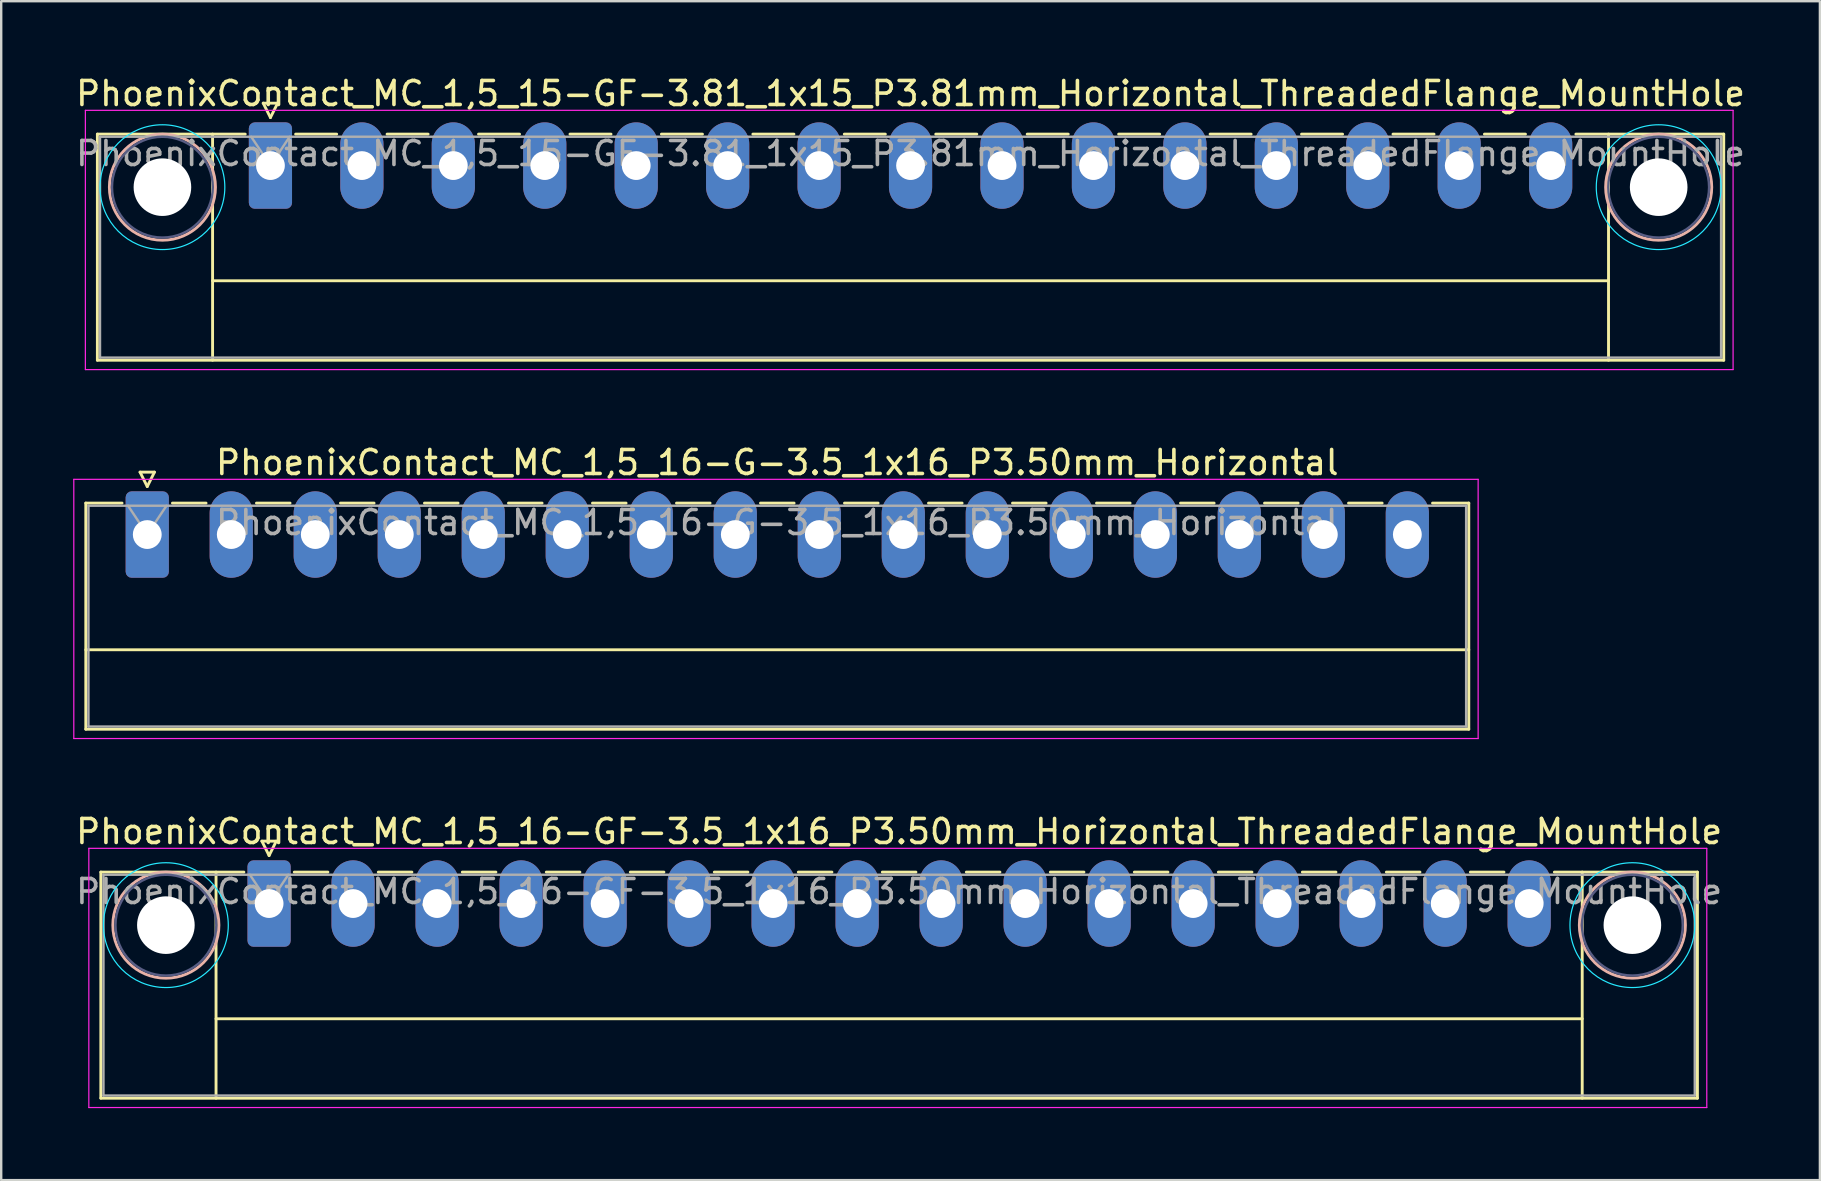
<source format=kicad_pcb>
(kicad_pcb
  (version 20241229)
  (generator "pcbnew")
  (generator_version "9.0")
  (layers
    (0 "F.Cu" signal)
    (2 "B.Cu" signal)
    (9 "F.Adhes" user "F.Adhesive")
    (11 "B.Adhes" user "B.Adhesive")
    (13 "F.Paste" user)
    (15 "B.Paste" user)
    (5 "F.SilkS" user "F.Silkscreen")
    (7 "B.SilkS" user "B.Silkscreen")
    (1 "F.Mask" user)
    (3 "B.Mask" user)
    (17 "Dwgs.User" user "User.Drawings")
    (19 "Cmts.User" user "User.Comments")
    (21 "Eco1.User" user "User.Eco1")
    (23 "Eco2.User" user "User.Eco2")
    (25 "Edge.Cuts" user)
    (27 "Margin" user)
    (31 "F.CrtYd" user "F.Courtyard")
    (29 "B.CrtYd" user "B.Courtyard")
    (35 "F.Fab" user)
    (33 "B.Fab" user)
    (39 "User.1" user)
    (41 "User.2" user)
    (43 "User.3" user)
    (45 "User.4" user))
  (footprint "PhoenixContact_MC_1,5_15-GF-3.81_1x15_P3.81mm_Horizontal_ThreadedFlange_MountHole"
    (layer "F.Cu")
    (at 8.217 3.848)
    (property "Reference" "PhoenixContact_MC_1,5_15-GF-3.81_1x15_P3.81mm_Horizontal_ThreadedFlange_MountHole" (at 26.67 -3 0) (layer "F.SilkS") (effects (font (size 1 1) (thickness 0.15))))
    (attr through_hole)
    (fp_line (start -7.21 -1.31) (end -7.21 8.11) (stroke (width 0.12) (type solid)) (layer "F.SilkS"))
    (fp_line (start -7.21 -1.31) (end -1.05 -1.31) (stroke (width 0.12) (type solid)) (layer "F.SilkS"))
    (fp_line (start -7.21 8.11) (end 60.55 8.11) (stroke (width 0.12) (type solid)) (layer "F.SilkS"))
    (fp_line (start -2.41 -1.31) (end -2.41 8.11) (stroke (width 0.12) (type solid)) (layer "F.SilkS"))
    (fp_line (start -2.41 4.8) (end 55.75 4.8) (stroke (width 0.12) (type solid)) (layer "F.SilkS"))
    (fp_line (start -0.3 -2.6) (end 0.3 -2.6) (stroke (width 0.12) (type solid)) (layer "F.SilkS"))
    (fp_line (start 0 -2) (end -0.3 -2.6) (stroke (width 0.12) (type solid)) (layer "F.SilkS"))
    (fp_line (start 0.3 -2.6) (end 0 -2) (stroke (width 0.12) (type solid)) (layer "F.SilkS"))
    (fp_line (start 1.05 -1.31) (end 2.76 -1.31) (stroke (width 0.12) (type solid)) (layer "F.SilkS"))
    (fp_line (start 4.86 -1.31) (end 6.57 -1.31) (stroke (width 0.12) (type solid)) (layer "F.SilkS"))
    (fp_line (start 8.67 -1.31) (end 10.38 -1.31) (stroke (width 0.12) (type solid)) (layer "F.SilkS"))
    (fp_line (start 12.48 -1.31) (end 14.19 -1.31) (stroke (width 0.12) (type solid)) (layer "F.SilkS"))
    (fp_line (start 16.29 -1.31) (end 18 -1.31) (stroke (width 0.12) (type solid)) (layer "F.SilkS"))
    (fp_line (start 20.1 -1.31) (end 21.81 -1.31) (stroke (width 0.12) (type solid)) (layer "F.SilkS"))
    (fp_line (start 23.91 -1.31) (end 25.62 -1.31) (stroke (width 0.12) (type solid)) (layer "F.SilkS"))
    (fp_line (start 27.72 -1.31) (end 29.43 -1.31) (stroke (width 0.12) (type solid)) (layer "F.SilkS"))
    (fp_line (start 31.53 -1.31) (end 33.24 -1.31) (stroke (width 0.12) (type solid)) (layer "F.SilkS"))
    (fp_line (start 35.34 -1.31) (end 37.05 -1.31) (stroke (width 0.12) (type solid)) (layer "F.SilkS"))
    (fp_line (start 39.15 -1.31) (end 40.86 -1.31) (stroke (width 0.12) (type solid)) (layer "F.SilkS"))
    (fp_line (start 42.96 -1.31) (end 44.67 -1.31) (stroke (width 0.12) (type solid)) (layer "F.SilkS"))
    (fp_line (start 46.77 -1.31) (end 48.48 -1.31) (stroke (width 0.12) (type solid)) (layer "F.SilkS"))
    (fp_line (start 50.58 -1.31) (end 52.29 -1.31) (stroke (width 0.12) (type solid)) (layer "F.SilkS"))
    (fp_line (start 55.75 -1.31) (end 55.75 8.11) (stroke (width 0.12) (type solid)) (layer "F.SilkS"))
    (fp_line (start 60.55 -1.31) (end 54.39 -1.31) (stroke (width 0.12) (type solid)) (layer "F.SilkS"))
    (fp_line (start 60.55 8.11) (end 60.55 -1.31) (stroke (width 0.12) (type solid)) (layer "F.SilkS"))
    (fp_circle (center -4.5 0.9) (end -2.29 0.9) (stroke (width 0.12) (type solid)) (fill no) (layer "B.SilkS"))
    (fp_circle (center 57.84 0.9) (end 60.05 0.9) (stroke (width 0.12) (type solid)) (fill no) (layer "B.SilkS"))
    (fp_circle (center -4.5 0.9) (end -1.9 0.9) (stroke (width 0.05) (type solid)) (fill no) (layer "B.CrtYd"))
    (fp_circle (center 57.84 0.9) (end 60.44 0.9) (stroke (width 0.05) (type solid)) (fill no) (layer "B.CrtYd"))
    (fp_line (start -7.71 -2.3) (end -7.71 8.5) (stroke (width 0.05) (type solid)) (layer "F.CrtYd"))
    (fp_line (start -7.71 8.5) (end 60.94 8.5) (stroke (width 0.05) (type solid)) (layer "F.CrtYd"))
    (fp_line (start 60.94 -2.3) (end -7.71 -2.3) (stroke (width 0.05) (type solid)) (layer "F.CrtYd"))
    (fp_line (start 60.94 8.5) (end 60.94 -2.3) (stroke (width 0.05) (type solid)) (layer "F.CrtYd"))
    (fp_circle (center -4.5 0.9) (end -2.4 0.9) (stroke (width 0.1) (type solid)) (fill no) (layer "B.Fab"))
    (fp_circle (center 57.84 0.9) (end 59.94 0.9) (stroke (width 0.1) (type solid)) (fill no) (layer "B.Fab"))
    (fp_line (start -7.1 -1.2) (end -7.1 8) (stroke (width 0.1) (type solid)) (layer "F.Fab"))
    (fp_line (start -7.1 8) (end 60.44 8) (stroke (width 0.1) (type solid)) (layer "F.Fab"))
    (fp_line (start 0 0) (end -0.8 -1.2) (stroke (width 0.1) (type solid)) (layer "F.Fab"))
    (fp_line (start 0.8 -1.2) (end 0 0) (stroke (width 0.1) (type solid)) (layer "F.Fab"))
    (fp_line (start 60.44 -1.2) (end -7.1 -1.2) (stroke (width 0.1) (type solid)) (layer "F.Fab"))
    (fp_line (start 60.44 8) (end 60.44 -1.2) (stroke (width 0.1) (type solid)) (layer "F.Fab"))
    (fp_text user "${REFERENCE}" (at 26.67 -0.5 0) (layer "F.Fab") (effects (font (size 1 1) (thickness 0.15))))
    (pad "" np_thru_hole circle (at -4.5 0.9) (size 2.4 2.4) (drill 2.4) (layers "*.Cu" "*.Mask"))
    (pad "" np_thru_hole circle (at 57.84 0.9) (size 2.4 2.4) (drill 2.4) (layers "*.Cu" "*.Mask"))
    (pad "1" thru_hole roundrect (at 0 0) (size 1.8 3.6) (drill 1.2) (layers "*.Cu" "*.Mask") (roundrect_rratio 0.139))
    (pad "2" thru_hole oval (at 3.81 0) (size 1.8 3.6) (drill 1.2) (layers "*.Cu" "*.Mask"))
    (pad "3" thru_hole oval (at 7.62 0) (size 1.8 3.6) (drill 1.2) (layers "*.Cu" "*.Mask"))
    (pad "4" thru_hole oval (at 11.43 0) (size 1.8 3.6) (drill 1.2) (layers "*.Cu" "*.Mask"))
    (pad "5" thru_hole oval (at 15.24 0) (size 1.8 3.6) (drill 1.2) (layers "*.Cu" "*.Mask"))
    (pad "6" thru_hole oval (at 19.05 0) (size 1.8 3.6) (drill 1.2) (layers "*.Cu" "*.Mask"))
    (pad "7" thru_hole oval (at 22.86 0) (size 1.8 3.6) (drill 1.2) (layers "*.Cu" "*.Mask"))
    (pad "8" thru_hole oval (at 26.67 0) (size 1.8 3.6) (drill 1.2) (layers "*.Cu" "*.Mask"))
    (pad "9" thru_hole oval (at 30.48 0) (size 1.8 3.6) (drill 1.2) (layers "*.Cu" "*.Mask"))
    (pad "10" thru_hole oval (at 34.29 0) (size 1.8 3.6) (drill 1.2) (layers "*.Cu" "*.Mask"))
    (pad "11" thru_hole oval (at 38.1 0) (size 1.8 3.6) (drill 1.2) (layers "*.Cu" "*.Mask"))
    (pad "12" thru_hole oval (at 41.91 0) (size 1.8 3.6) (drill 1.2) (layers "*.Cu" "*.Mask"))
    (pad "13" thru_hole oval (at 45.72 0) (size 1.8 3.6) (drill 1.2) (layers "*.Cu" "*.Mask"))
    (pad "14" thru_hole oval (at 49.53 0) (size 1.8 3.6) (drill 1.2) (layers "*.Cu" "*.Mask"))
    (pad "15" thru_hole oval (at 53.34 0) (size 1.8 3.6) (drill 1.2) (layers "*.Cu" "*.Mask")))
  (footprint "PhoenixContact_MC_1,5_16-GF-3.5_1x16_P3.50mm_Horizontal_ThreadedFlange_MountHole"
    (layer "F.Cu")
    (at 8.161 34.595)
    (property "Reference" "PhoenixContact_MC_1,5_16-GF-3.5_1x16_P3.50mm_Horizontal_ThreadedFlange_MountHole" (at 26.25 -3 0) (layer "F.SilkS") (effects (font (size 1 1) (thickness 0.15))))
    (attr through_hole)
    (fp_line (start -7.01 -1.31) (end -7.01 8.11) (stroke (width 0.12) (type solid)) (layer "F.SilkS"))
    (fp_line (start -7.01 -1.31) (end -1.05 -1.31) (stroke (width 0.12) (type solid)) (layer "F.SilkS"))
    (fp_line (start -7.01 8.11) (end 59.51 8.11) (stroke (width 0.12) (type solid)) (layer "F.SilkS"))
    (fp_line (start -2.21 -1.31) (end -2.21 8.11) (stroke (width 0.12) (type solid)) (layer "F.SilkS"))
    (fp_line (start -2.21 4.8) (end 54.71 4.8) (stroke (width 0.12) (type solid)) (layer "F.SilkS"))
    (fp_line (start -0.3 -2.6) (end 0.3 -2.6) (stroke (width 0.12) (type solid)) (layer "F.SilkS"))
    (fp_line (start 0 -2) (end -0.3 -2.6) (stroke (width 0.12) (type solid)) (layer "F.SilkS"))
    (fp_line (start 0.3 -2.6) (end 0 -2) (stroke (width 0.12) (type solid)) (layer "F.SilkS"))
    (fp_line (start 1.05 -1.31) (end 2.45 -1.31) (stroke (width 0.12) (type solid)) (layer "F.SilkS"))
    (fp_line (start 4.55 -1.31) (end 5.95 -1.31) (stroke (width 0.12) (type solid)) (layer "F.SilkS"))
    (fp_line (start 8.05 -1.31) (end 9.45 -1.31) (stroke (width 0.12) (type solid)) (layer "F.SilkS"))
    (fp_line (start 11.55 -1.31) (end 12.95 -1.31) (stroke (width 0.12) (type solid)) (layer "F.SilkS"))
    (fp_line (start 15.05 -1.31) (end 16.45 -1.31) (stroke (width 0.12) (type solid)) (layer "F.SilkS"))
    (fp_line (start 18.55 -1.31) (end 19.95 -1.31) (stroke (width 0.12) (type solid)) (layer "F.SilkS"))
    (fp_line (start 22.05 -1.31) (end 23.45 -1.31) (stroke (width 0.12) (type solid)) (layer "F.SilkS"))
    (fp_line (start 25.55 -1.31) (end 26.95 -1.31) (stroke (width 0.12) (type solid)) (layer "F.SilkS"))
    (fp_line (start 29.05 -1.31) (end 30.45 -1.31) (stroke (width 0.12) (type solid)) (layer "F.SilkS"))
    (fp_line (start 32.55 -1.31) (end 33.95 -1.31) (stroke (width 0.12) (type solid)) (layer "F.SilkS"))
    (fp_line (start 36.05 -1.31) (end 37.45 -1.31) (stroke (width 0.12) (type solid)) (layer "F.SilkS"))
    (fp_line (start 39.55 -1.31) (end 40.95 -1.31) (stroke (width 0.12) (type solid)) (layer "F.SilkS"))
    (fp_line (start 43.05 -1.31) (end 44.45 -1.31) (stroke (width 0.12) (type solid)) (layer "F.SilkS"))
    (fp_line (start 46.55 -1.31) (end 47.95 -1.31) (stroke (width 0.12) (type solid)) (layer "F.SilkS"))
    (fp_line (start 50.05 -1.31) (end 51.45 -1.31) (stroke (width 0.12) (type solid)) (layer "F.SilkS"))
    (fp_line (start 54.71 -1.31) (end 54.71 8.11) (stroke (width 0.12) (type solid)) (layer "F.SilkS"))
    (fp_line (start 59.51 -1.31) (end 53.55 -1.31) (stroke (width 0.12) (type solid)) (layer "F.SilkS"))
    (fp_line (start 59.51 8.11) (end 59.51 -1.31) (stroke (width 0.12) (type solid)) (layer "F.SilkS"))
    (fp_circle (center -4.3 0.9) (end -2.09 0.9) (stroke (width 0.12) (type solid)) (fill no) (layer "B.SilkS"))
    (fp_circle (center 56.8 0.9) (end 59.01 0.9) (stroke (width 0.12) (type solid)) (fill no) (layer "B.SilkS"))
    (fp_circle (center -4.3 0.9) (end -1.7 0.9) (stroke (width 0.05) (type solid)) (fill no) (layer "B.CrtYd"))
    (fp_circle (center 56.8 0.9) (end 59.4 0.9) (stroke (width 0.05) (type solid)) (fill no) (layer "B.CrtYd"))
    (fp_line (start -7.51 -2.3) (end -7.51 8.5) (stroke (width 0.05) (type solid)) (layer "F.CrtYd"))
    (fp_line (start -7.51 8.5) (end 59.9 8.5) (stroke (width 0.05) (type solid)) (layer "F.CrtYd"))
    (fp_line (start 59.9 -2.3) (end -7.51 -2.3) (stroke (width 0.05) (type solid)) (layer "F.CrtYd"))
    (fp_line (start 59.9 8.5) (end 59.9 -2.3) (stroke (width 0.05) (type solid)) (layer "F.CrtYd"))
    (fp_circle (center -4.3 0.9) (end -2.2 0.9) (stroke (width 0.1) (type solid)) (fill no) (layer "B.Fab"))
    (fp_circle (center 56.8 0.9) (end 58.9 0.9) (stroke (width 0.1) (type solid)) (fill no) (layer "B.Fab"))
    (fp_line (start -6.9 -1.2) (end -6.9 8) (stroke (width 0.1) (type solid)) (layer "F.Fab"))
    (fp_line (start -6.9 8) (end 59.4 8) (stroke (width 0.1) (type solid)) (layer "F.Fab"))
    (fp_line (start 0 0) (end -0.8 -1.2) (stroke (width 0.1) (type solid)) (layer "F.Fab"))
    (fp_line (start 0.8 -1.2) (end 0 0) (stroke (width 0.1) (type solid)) (layer "F.Fab"))
    (fp_line (start 59.4 -1.2) (end -6.9 -1.2) (stroke (width 0.1) (type solid)) (layer "F.Fab"))
    (fp_line (start 59.4 8) (end 59.4 -1.2) (stroke (width 0.1) (type solid)) (layer "F.Fab"))
    (fp_text user "${REFERENCE}" (at 26.25 -0.5 0) (layer "F.Fab") (effects (font (size 1 1) (thickness 0.15))))
    (pad "" np_thru_hole circle (at -4.3 0.9) (size 2.4 2.4) (drill 2.4) (layers "*.Cu" "*.Mask"))
    (pad "" np_thru_hole circle (at 56.8 0.9) (size 2.4 2.4) (drill 2.4) (layers "*.Cu" "*.Mask"))
    (pad "1" thru_hole roundrect (at 0 0) (size 1.8 3.6) (drill 1.2) (layers "*.Cu" "*.Mask") (roundrect_rratio 0.139))
    (pad "2" thru_hole oval (at 3.5 0) (size 1.8 3.6) (drill 1.2) (layers "*.Cu" "*.Mask"))
    (pad "3" thru_hole oval (at 7 0) (size 1.8 3.6) (drill 1.2) (layers "*.Cu" "*.Mask"))
    (pad "4" thru_hole oval (at 10.5 0) (size 1.8 3.6) (drill 1.2) (layers "*.Cu" "*.Mask"))
    (pad "5" thru_hole oval (at 14 0) (size 1.8 3.6) (drill 1.2) (layers "*.Cu" "*.Mask"))
    (pad "6" thru_hole oval (at 17.5 0) (size 1.8 3.6) (drill 1.2) (layers "*.Cu" "*.Mask"))
    (pad "7" thru_hole oval (at 21 0) (size 1.8 3.6) (drill 1.2) (layers "*.Cu" "*.Mask"))
    (pad "8" thru_hole oval (at 24.5 0) (size 1.8 3.6) (drill 1.2) (layers "*.Cu" "*.Mask"))
    (pad "9" thru_hole oval (at 28 0) (size 1.8 3.6) (drill 1.2) (layers "*.Cu" "*.Mask"))
    (pad "10" thru_hole oval (at 31.5 0) (size 1.8 3.6) (drill 1.2) (layers "*.Cu" "*.Mask"))
    (pad "11" thru_hole oval (at 35 0) (size 1.8 3.6) (drill 1.2) (layers "*.Cu" "*.Mask"))
    (pad "12" thru_hole oval (at 38.5 0) (size 1.8 3.6) (drill 1.2) (layers "*.Cu" "*.Mask"))
    (pad "13" thru_hole oval (at 42 0) (size 1.8 3.6) (drill 1.2) (layers "*.Cu" "*.Mask"))
    (pad "14" thru_hole oval (at 45.5 0) (size 1.8 3.6) (drill 1.2) (layers "*.Cu" "*.Mask"))
    (pad "15" thru_hole oval (at 49 0) (size 1.8 3.6) (drill 1.2) (layers "*.Cu" "*.Mask"))
    (pad "16" thru_hole oval (at 52.5 0) (size 1.8 3.6) (drill 1.2) (layers "*.Cu" "*.Mask")))
  (footprint "PhoenixContact_MC_1,5_16-G-3.5_1x16_P3.50mm_Horizontal"
    (layer "F.Cu")
    (at 3.085 19.221)
    (property "Reference" "PhoenixContact_MC_1,5_16-G-3.5_1x16_P3.50mm_Horizontal" (at 26.25 -3 0) (layer "F.SilkS") (effects (font (size 1 1) (thickness 0.15))))
    (attr through_hole)
    (fp_line (start -2.56 -1.31) (end -2.56 8.11) (stroke (width 0.12) (type solid)) (layer "F.SilkS"))
    (fp_line (start -2.56 -1.31) (end -1.05 -1.31) (stroke (width 0.12) (type solid)) (layer "F.SilkS"))
    (fp_line (start -2.56 4.8) (end 55.06 4.8) (stroke (width 0.12) (type solid)) (layer "F.SilkS"))
    (fp_line (start -2.56 8.11) (end 55.06 8.11) (stroke (width 0.12) (type solid)) (layer "F.SilkS"))
    (fp_line (start -0.3 -2.6) (end 0.3 -2.6) (stroke (width 0.12) (type solid)) (layer "F.SilkS"))
    (fp_line (start 0 -2) (end -0.3 -2.6) (stroke (width 0.12) (type solid)) (layer "F.SilkS"))
    (fp_line (start 0.3 -2.6) (end 0 -2) (stroke (width 0.12) (type solid)) (layer "F.SilkS"))
    (fp_line (start 1.05 -1.31) (end 2.45 -1.31) (stroke (width 0.12) (type solid)) (layer "F.SilkS"))
    (fp_line (start 4.55 -1.31) (end 5.95 -1.31) (stroke (width 0.12) (type solid)) (layer "F.SilkS"))
    (fp_line (start 8.05 -1.31) (end 9.45 -1.31) (stroke (width 0.12) (type solid)) (layer "F.SilkS"))
    (fp_line (start 11.55 -1.31) (end 12.95 -1.31) (stroke (width 0.12) (type solid)) (layer "F.SilkS"))
    (fp_line (start 15.05 -1.31) (end 16.45 -1.31) (stroke (width 0.12) (type solid)) (layer "F.SilkS"))
    (fp_line (start 18.55 -1.31) (end 19.95 -1.31) (stroke (width 0.12) (type solid)) (layer "F.SilkS"))
    (fp_line (start 22.05 -1.31) (end 23.45 -1.31) (stroke (width 0.12) (type solid)) (layer "F.SilkS"))
    (fp_line (start 25.55 -1.31) (end 26.95 -1.31) (stroke (width 0.12) (type solid)) (layer "F.SilkS"))
    (fp_line (start 29.05 -1.31) (end 30.45 -1.31) (stroke (width 0.12) (type solid)) (layer "F.SilkS"))
    (fp_line (start 32.55 -1.31) (end 33.95 -1.31) (stroke (width 0.12) (type solid)) (layer "F.SilkS"))
    (fp_line (start 36.05 -1.31) (end 37.45 -1.31) (stroke (width 0.12) (type solid)) (layer "F.SilkS"))
    (fp_line (start 39.55 -1.31) (end 40.95 -1.31) (stroke (width 0.12) (type solid)) (layer "F.SilkS"))
    (fp_line (start 43.05 -1.31) (end 44.45 -1.31) (stroke (width 0.12) (type solid)) (layer "F.SilkS"))
    (fp_line (start 46.55 -1.31) (end 47.95 -1.31) (stroke (width 0.12) (type solid)) (layer "F.SilkS"))
    (fp_line (start 50.05 -1.31) (end 51.45 -1.31) (stroke (width 0.12) (type solid)) (layer "F.SilkS"))
    (fp_line (start 55.06 -1.31) (end 53.55 -1.31) (stroke (width 0.12) (type solid)) (layer "F.SilkS"))
    (fp_line (start 55.06 8.11) (end 55.06 -1.31) (stroke (width 0.12) (type solid)) (layer "F.SilkS"))
    (fp_line (start -3.06 -2.3) (end -3.06 8.5) (stroke (width 0.05) (type solid)) (layer "F.CrtYd"))
    (fp_line (start -3.06 8.5) (end 55.45 8.5) (stroke (width 0.05) (type solid)) (layer "F.CrtYd"))
    (fp_line (start 55.45 -2.3) (end -3.06 -2.3) (stroke (width 0.05) (type solid)) (layer "F.CrtYd"))
    (fp_line (start 55.45 8.5) (end 55.45 -2.3) (stroke (width 0.05) (type solid)) (layer "F.CrtYd"))
    (fp_line (start -2.45 -1.2) (end -2.45 8) (stroke (width 0.1) (type solid)) (layer "F.Fab"))
    (fp_line (start -2.45 8) (end 54.95 8) (stroke (width 0.1) (type solid)) (layer "F.Fab"))
    (fp_line (start 0 0) (end -0.8 -1.2) (stroke (width 0.1) (type solid)) (layer "F.Fab"))
    (fp_line (start 0.8 -1.2) (end 0 0) (stroke (width 0.1) (type solid)) (layer "F.Fab"))
    (fp_line (start 54.95 -1.2) (end -2.45 -1.2) (stroke (width 0.1) (type solid)) (layer "F.Fab"))
    (fp_line (start 54.95 8) (end 54.95 -1.2) (stroke (width 0.1) (type solid)) (layer "F.Fab"))
    (fp_text user "${REFERENCE}" (at 26.25 -0.5 0) (layer "F.Fab") (effects (font (size 1 1) (thickness 0.15))))
    (pad "1" thru_hole roundrect (at 0 0) (size 1.8 3.6) (drill 1.2) (layers "*.Cu" "*.Mask") (roundrect_rratio 0.139))
    (pad "2" thru_hole oval (at 3.5 0) (size 1.8 3.6) (drill 1.2) (layers "*.Cu" "*.Mask"))
    (pad "3" thru_hole oval (at 7 0) (size 1.8 3.6) (drill 1.2) (layers "*.Cu" "*.Mask"))
    (pad "4" thru_hole oval (at 10.5 0) (size 1.8 3.6) (drill 1.2) (layers "*.Cu" "*.Mask"))
    (pad "5" thru_hole oval (at 14 0) (size 1.8 3.6) (drill 1.2) (layers "*.Cu" "*.Mask"))
    (pad "6" thru_hole oval (at 17.5 0) (size 1.8 3.6) (drill 1.2) (layers "*.Cu" "*.Mask"))
    (pad "7" thru_hole oval (at 21 0) (size 1.8 3.6) (drill 1.2) (layers "*.Cu" "*.Mask"))
    (pad "8" thru_hole oval (at 24.5 0) (size 1.8 3.6) (drill 1.2) (layers "*.Cu" "*.Mask"))
    (pad "9" thru_hole oval (at 28 0) (size 1.8 3.6) (drill 1.2) (layers "*.Cu" "*.Mask"))
    (pad "10" thru_hole oval (at 31.5 0) (size 1.8 3.6) (drill 1.2) (layers "*.Cu" "*.Mask"))
    (pad "11" thru_hole oval (at 35 0) (size 1.8 3.6) (drill 1.2) (layers "*.Cu" "*.Mask"))
    (pad "12" thru_hole oval (at 38.5 0) (size 1.8 3.6) (drill 1.2) (layers "*.Cu" "*.Mask"))
    (pad "13" thru_hole oval (at 42 0) (size 1.8 3.6) (drill 1.2) (layers "*.Cu" "*.Mask"))
    (pad "14" thru_hole oval (at 45.5 0) (size 1.8 3.6) (drill 1.2) (layers "*.Cu" "*.Mask"))
    (pad "15" thru_hole oval (at 49 0) (size 1.8 3.6) (drill 1.2) (layers "*.Cu" "*.Mask"))
    (pad "16" thru_hole oval (at 52.5 0) (size 1.8 3.6) (drill 1.2) (layers "*.Cu" "*.Mask")))
  (gr_rect
    (start -3 -3)
    (end 72.774 46.12)
    (stroke (width 0.1) (type default))
    (fill no)
    (layer "Edge.Cuts")))
</source>
